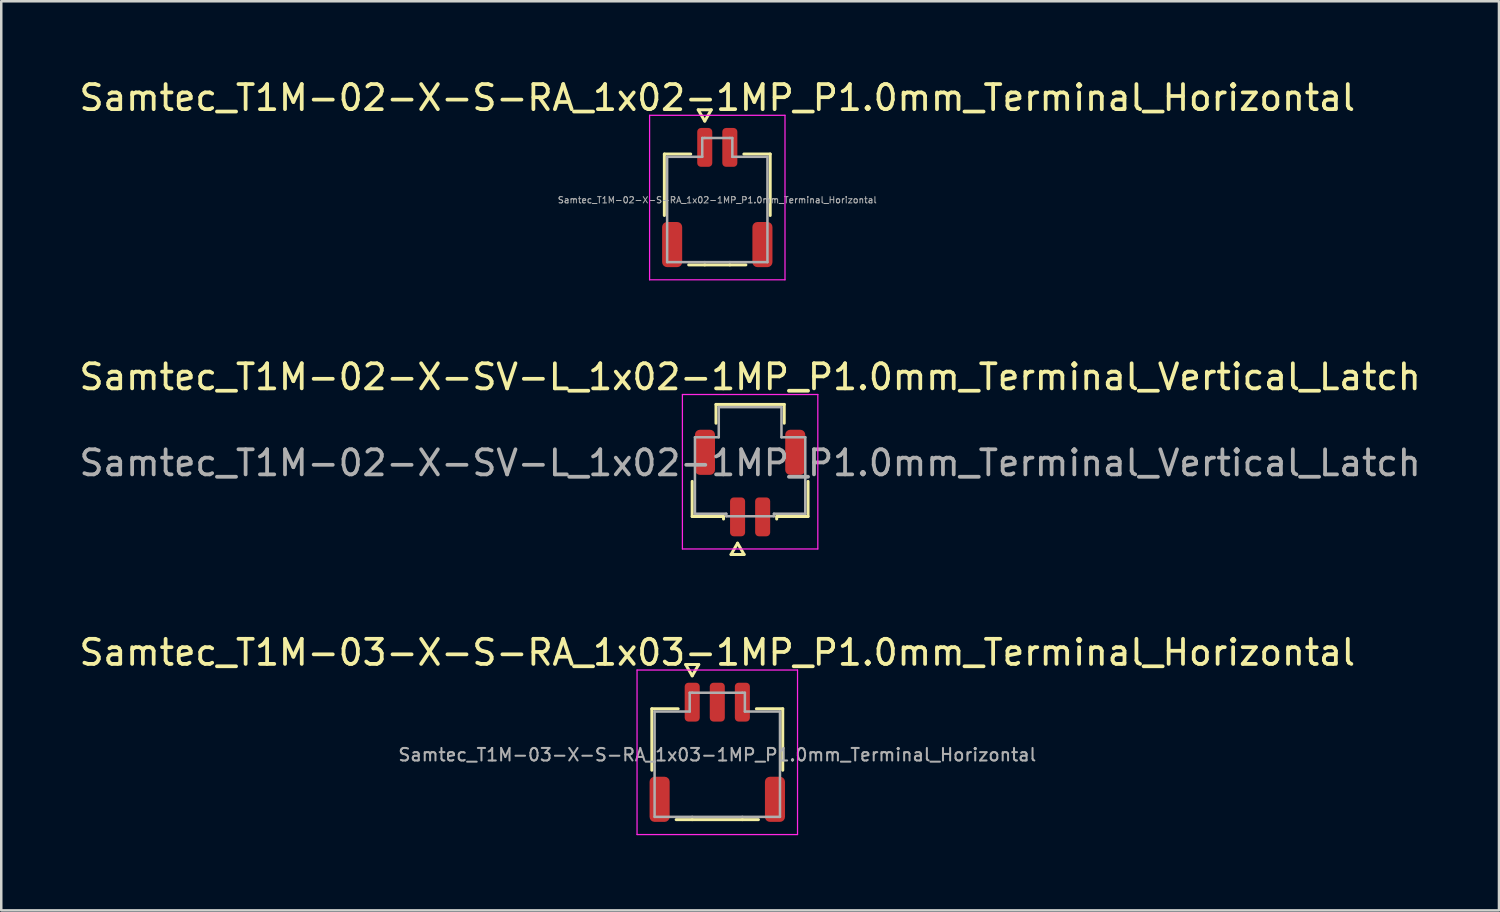
<source format=kicad_pcb>
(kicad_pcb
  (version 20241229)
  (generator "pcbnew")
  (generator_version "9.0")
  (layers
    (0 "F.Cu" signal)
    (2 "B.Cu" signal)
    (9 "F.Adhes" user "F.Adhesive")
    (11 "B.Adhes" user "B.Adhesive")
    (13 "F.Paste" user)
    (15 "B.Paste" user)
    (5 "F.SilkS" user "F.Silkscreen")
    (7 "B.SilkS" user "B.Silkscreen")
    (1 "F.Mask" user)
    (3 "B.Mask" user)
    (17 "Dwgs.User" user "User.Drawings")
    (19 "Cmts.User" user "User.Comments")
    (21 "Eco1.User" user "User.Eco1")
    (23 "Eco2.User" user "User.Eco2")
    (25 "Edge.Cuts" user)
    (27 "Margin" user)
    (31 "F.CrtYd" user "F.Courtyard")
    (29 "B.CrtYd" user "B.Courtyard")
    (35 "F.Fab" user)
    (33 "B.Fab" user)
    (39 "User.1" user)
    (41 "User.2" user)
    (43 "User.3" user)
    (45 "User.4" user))
  (footprint "Samtec_T1M-03-X-S-RA_1x03-1MP_P1.0mm_Terminal_Horizontal"
    (layer "F.Cu")
    (at 25.554 27.05)
    (property "Reference" "Samtec_T1M-03-X-S-RA_1x03-1MP_P1.0mm_Terminal_Horizontal" (at 0 -4.08 0) (layer "F.SilkS") (effects (font (size 1 1) (thickness 0.15))))
    (attr smd)
    (fp_line (start -2.61 -1.835) (end -1.56 -1.835) (stroke (width 0.12) (type solid)) (layer "F.SilkS"))
    (fp_line (start -2.61 0.615) (end -2.61 -1.835) (stroke (width 0.12) (type solid)) (layer "F.SilkS"))
    (fp_line (start -1.26 -3.6) (end -1 -3.15) (stroke (width 0.12) (type solid)) (layer "F.SilkS"))
    (fp_line (start -1 -3.15) (end -0.74 -3.6) (stroke (width 0.12) (type solid)) (layer "F.SilkS"))
    (fp_line (start -1 2.585) (end -1.64 2.585) (stroke (width 0.12) (type solid)) (layer "F.SilkS"))
    (fp_line (start -0.74 -3.6) (end -1.26 -3.6) (stroke (width 0.12) (type solid)) (layer "F.SilkS"))
    (fp_line (start 1 2.585) (end -1 2.585) (stroke (width 0.12) (type solid)) (layer "F.SilkS"))
    (fp_line (start 1.56 -1.835) (end 2.61 -1.835) (stroke (width 0.12) (type solid)) (layer "F.SilkS"))
    (fp_line (start 1.64 2.585) (end 1 2.585) (stroke (width 0.12) (type solid)) (layer "F.SilkS"))
    (fp_line (start 2.61 -1.835) (end 2.61 0.615) (stroke (width 0.12) (type solid)) (layer "F.SilkS"))
    (fp_line (start -3.2 -3.38) (end -3.2 3.18) (stroke (width 0.05) (type solid)) (layer "F.CrtYd"))
    (fp_line (start -3.2 3.18) (end 3.2 3.18) (stroke (width 0.05) (type solid)) (layer "F.CrtYd"))
    (fp_line (start 3.2 -3.38) (end -3.2 -3.38) (stroke (width 0.05) (type solid)) (layer "F.CrtYd"))
    (fp_line (start 3.2 3.18) (end 3.2 -3.38) (stroke (width 0.05) (type solid)) (layer "F.CrtYd"))
    (fp_line (start -2.5 -1.725) (end -1.1 -1.725) (stroke (width 0.1) (type solid)) (layer "F.Fab"))
    (fp_line (start -2.5 2.475) (end -2.5 -1.725) (stroke (width 0.1) (type solid)) (layer "F.Fab"))
    (fp_line (start -1.1 -2.475) (end -1 -2.475) (stroke (width 0.1) (type solid)) (layer "F.Fab"))
    (fp_line (start -1.1 -1.725) (end -1.1 -2.475) (stroke (width 0.1) (type solid)) (layer "F.Fab"))
    (fp_line (start -1 -2.475) (end 1 -2.475) (stroke (width 0.1) (type solid)) (layer "F.Fab"))
    (fp_line (start -1 2.475) (end -2.5 2.475) (stroke (width 0.1) (type solid)) (layer "F.Fab"))
    (fp_line (start 1 -2.475) (end 1.1 -2.475) (stroke (width 0.1) (type solid)) (layer "F.Fab"))
    (fp_line (start 1 2.475) (end -1 2.475) (stroke (width 0.1) (type solid)) (layer "F.Fab"))
    (fp_line (start 1.1 -2.475) (end 1.1 -1.725) (stroke (width 0.1) (type solid)) (layer "F.Fab"))
    (fp_line (start 1.1 -1.725) (end 2.5 -1.725) (stroke (width 0.1) (type solid)) (layer "F.Fab"))
    (fp_line (start 2.5 -1.725) (end 2.5 2.475) (stroke (width 0.1) (type solid)) (layer "F.Fab"))
    (fp_line (start 2.5 2.475) (end 1 2.475) (stroke (width 0.1) (type solid)) (layer "F.Fab"))
    (fp_text user "${REFERENCE}" (at 0 0 0) (layer "F.Fab") (effects (font (size 0.5 0.5) (thickness 0.08))))
    (pad "1" smd roundrect (at -1 -2.1) (size 0.6 1.55) (layers "F.Cu" "F.Mask" "F.Paste") (roundrect_rratio 0.25))
    (pad "2" smd roundrect (at 0 -2.1) (size 0.6 1.55) (layers "F.Cu" "F.Mask" "F.Paste") (roundrect_rratio 0.25))
    (pad "3" smd roundrect (at 1 -2.1) (size 0.6 1.55) (layers "F.Cu" "F.Mask" "F.Paste") (roundrect_rratio 0.25))
    (pad "MP" smd roundrect (at -2.3 1.775) (size 0.8 1.8) (layers "F.Cu" "F.Mask" "F.Paste") (roundrect_rratio 0.25))
    (pad "MP" smd roundrect (at 2.3 1.775) (size 0.8 1.8) (layers "F.Cu" "F.Mask" "F.Paste") (roundrect_rratio 0.25)))
  (footprint "Samtec_T1M-02-X-SV-L_1x02-1MP_P1.0mm_Terminal_Vertical_Latch"
    (layer "F.Cu")
    (at 26.863 15.412)
    (property "Reference" "Samtec_T1M-02-X-SV-L_1x02-1MP_P1.0mm_Terminal_Vertical_Latch" (at 0 -3.43 0) (layer "F.SilkS") (effects (font (size 1 1) (thickness 0.15))))
    (attr smd)
    (fp_line (start -2.31 2.135) (end -2.31 0.735) (stroke (width 0.12) (type solid)) (layer "F.SilkS"))
    (fp_line (start -1.36 -2.335) (end 1.36 -2.335) (stroke (width 0.12) (type solid)) (layer "F.SilkS"))
    (fp_line (start -1.36 -1.585) (end -1.36 -2.335) (stroke (width 0.12) (type solid)) (layer "F.SilkS"))
    (fp_line (start -1.06 2.135) (end -2.31 2.135) (stroke (width 0.12) (type solid)) (layer "F.SilkS"))
    (fp_line (start -1.06 2.235) (end -1.06 2.135) (stroke (width 0.12) (type solid)) (layer "F.SilkS"))
    (fp_line (start -0.76 3.65) (end -0.5 3.2) (stroke (width 0.12) (type solid)) (layer "F.SilkS"))
    (fp_line (start -0.5 3.2) (end -0.24 3.65) (stroke (width 0.12) (type solid)) (layer "F.SilkS"))
    (fp_line (start -0.24 3.65) (end -0.76 3.65) (stroke (width 0.12) (type solid)) (layer "F.SilkS"))
    (fp_line (start 1.06 2.135) (end 1.06 2.235) (stroke (width 0.12) (type solid)) (layer "F.SilkS"))
    (fp_line (start 1.36 -2.335) (end 1.36 -1.585) (stroke (width 0.12) (type solid)) (layer "F.SilkS"))
    (fp_line (start 2.31 0.735) (end 2.31 2.135) (stroke (width 0.12) (type solid)) (layer "F.SilkS"))
    (fp_line (start 2.31 2.135) (end 1.06 2.135) (stroke (width 0.12) (type solid)) (layer "F.SilkS"))
    (fp_line (start -2.7 -2.73) (end -2.7 3.43) (stroke (width 0.05) (type solid)) (layer "F.CrtYd"))
    (fp_line (start -2.7 3.43) (end 2.7 3.43) (stroke (width 0.05) (type solid)) (layer "F.CrtYd"))
    (fp_line (start 2.7 -2.73) (end -2.7 -2.73) (stroke (width 0.05) (type solid)) (layer "F.CrtYd"))
    (fp_line (start 2.7 3.43) (end 2.7 -2.73) (stroke (width 0.05) (type solid)) (layer "F.CrtYd"))
    (fp_line (start -2.2 -1.025) (end -1.25 -1.025) (stroke (width 0.1) (type solid)) (layer "F.Fab"))
    (fp_line (start -2.2 2.025) (end -2.2 -1.025) (stroke (width 0.1) (type solid)) (layer "F.Fab"))
    (fp_line (start -1.25 -2.225) (end 1.25 -2.225) (stroke (width 0.1) (type solid)) (layer "F.Fab"))
    (fp_line (start -1.25 -1.025) (end -1.25 -2.225) (stroke (width 0.1) (type solid)) (layer "F.Fab"))
    (fp_line (start -0.95 2.025) (end -2.2 2.025) (stroke (width 0.1) (type solid)) (layer "F.Fab"))
    (fp_line (start -0.95 2.125) (end -0.95 2.025) (stroke (width 0.1) (type solid)) (layer "F.Fab"))
    (fp_line (start 0.95 2.025) (end 0.95 2.125) (stroke (width 0.1) (type solid)) (layer "F.Fab"))
    (fp_line (start 0.95 2.125) (end -0.95 2.125) (stroke (width 0.1) (type solid)) (layer "F.Fab"))
    (fp_line (start 1.25 -2.225) (end 1.25 -1.025) (stroke (width 0.1) (type solid)) (layer "F.Fab"))
    (fp_line (start 1.25 -1.025) (end 2.2 -1.025) (stroke (width 0.1) (type solid)) (layer "F.Fab"))
    (fp_line (start 2.2 -1.025) (end 2.2 2.025) (stroke (width 0.1) (type solid)) (layer "F.Fab"))
    (fp_line (start 2.2 2.025) (end 0.95 2.025) (stroke (width 0.1) (type solid)) (layer "F.Fab"))
    (fp_text user "${REFERENCE}" (at 0 0 0) (layer "F.Fab") (effects (font (size 1 1) (thickness 0.15))))
    (pad "1" smd roundrect (at -0.5 2.15) (size 0.6 1.55) (layers "F.Cu" "F.Mask" "F.Paste") (roundrect_rratio 0.25))
    (pad "2" smd roundrect (at 0.5 2.15) (size 0.6 1.55) (layers "F.Cu" "F.Mask" "F.Paste") (roundrect_rratio 0.25))
    (pad "MP" smd roundrect (at -1.8 -0.425) (size 0.8 1.8) (layers "F.Cu" "F.Mask" "F.Paste") (roundrect_rratio 0.25))
    (pad "MP" smd roundrect (at 1.8 -0.425) (size 0.8 1.8) (layers "F.Cu" "F.Mask" "F.Paste") (roundrect_rratio 0.25)))
  (footprint "Samtec_T1M-02-X-S-RA_1x02-1MP_P1.0mm_Terminal_Horizontal"
    (layer "F.Cu")
    (at 25.554 4.928)
    (property "Reference" "Samtec_T1M-02-X-S-RA_1x02-1MP_P1.0mm_Terminal_Horizontal" (at 0 -4.08 0) (layer "F.SilkS") (effects (font (size 1 1) (thickness 0.15))))
    (attr smd)
    (fp_line (start -2.11 -1.835) (end -1.06 -1.835) (stroke (width 0.12) (type solid)) (layer "F.SilkS"))
    (fp_line (start -2.11 0.615) (end -2.11 -1.835) (stroke (width 0.12) (type solid)) (layer "F.SilkS"))
    (fp_line (start -0.76 -3.6) (end -0.5 -3.15) (stroke (width 0.12) (type solid)) (layer "F.SilkS"))
    (fp_line (start -0.5 -3.15) (end -0.24 -3.6) (stroke (width 0.12) (type solid)) (layer "F.SilkS"))
    (fp_line (start -0.5 2.585) (end -1.14 2.585) (stroke (width 0.12) (type solid)) (layer "F.SilkS"))
    (fp_line (start -0.24 -3.6) (end -0.76 -3.6) (stroke (width 0.12) (type solid)) (layer "F.SilkS"))
    (fp_line (start 0.5 2.585) (end -0.5 2.585) (stroke (width 0.12) (type solid)) (layer "F.SilkS"))
    (fp_line (start 1.06 -1.835) (end 2.11 -1.835) (stroke (width 0.12) (type solid)) (layer "F.SilkS"))
    (fp_line (start 1.14 2.585) (end 0.5 2.585) (stroke (width 0.12) (type solid)) (layer "F.SilkS"))
    (fp_line (start 2.11 -1.835) (end 2.11 0.615) (stroke (width 0.12) (type solid)) (layer "F.SilkS"))
    (fp_line (start -2.7 -3.38) (end -2.7 3.18) (stroke (width 0.05) (type solid)) (layer "F.CrtYd"))
    (fp_line (start -2.7 3.18) (end 2.7 3.18) (stroke (width 0.05) (type solid)) (layer "F.CrtYd"))
    (fp_line (start 2.7 -3.38) (end -2.7 -3.38) (stroke (width 0.05) (type solid)) (layer "F.CrtYd"))
    (fp_line (start 2.7 3.18) (end 2.7 -3.38) (stroke (width 0.05) (type solid)) (layer "F.CrtYd"))
    (fp_line (start -2 -1.725) (end -0.6 -1.725) (stroke (width 0.1) (type solid)) (layer "F.Fab"))
    (fp_line (start -2 2.475) (end -2 -1.725) (stroke (width 0.1) (type solid)) (layer "F.Fab"))
    (fp_line (start -0.6 -2.475) (end -0.5 -2.475) (stroke (width 0.1) (type solid)) (layer "F.Fab"))
    (fp_line (start -0.6 -1.725) (end -0.6 -2.475) (stroke (width 0.1) (type solid)) (layer "F.Fab"))
    (fp_line (start -0.5 -2.475) (end 0.5 -2.475) (stroke (width 0.1) (type solid)) (layer "F.Fab"))
    (fp_line (start -0.5 2.475) (end -2 2.475) (stroke (width 0.1) (type solid)) (layer "F.Fab"))
    (fp_line (start 0.5 -2.475) (end 0.6 -2.475) (stroke (width 0.1) (type solid)) (layer "F.Fab"))
    (fp_line (start 0.5 2.475) (end -0.5 2.475) (stroke (width 0.1) (type solid)) (layer "F.Fab"))
    (fp_line (start 0.6 -2.475) (end 0.6 -1.725) (stroke (width 0.1) (type solid)) (layer "F.Fab"))
    (fp_line (start 0.6 -1.725) (end 2 -1.725) (stroke (width 0.1) (type solid)) (layer "F.Fab"))
    (fp_line (start 2 -1.725) (end 2 2.475) (stroke (width 0.1) (type solid)) (layer "F.Fab"))
    (fp_line (start 2 2.475) (end 0.5 2.475) (stroke (width 0.1) (type solid)) (layer "F.Fab"))
    (fp_text user "${REFERENCE}" (at 0 0 0) (layer "F.Fab") (effects (font (size 0.25 0.25) (thickness 0.04))))
    (pad "1" smd roundrect (at -0.5 -2.1) (size 0.6 1.55) (layers "F.Cu" "F.Mask" "F.Paste") (roundrect_rratio 0.25))
    (pad "2" smd roundrect (at 0.5 -2.1) (size 0.6 1.55) (layers "F.Cu" "F.Mask" "F.Paste") (roundrect_rratio 0.25))
    (pad "MP" smd roundrect (at -1.8 1.775) (size 0.8 1.8) (layers "F.Cu" "F.Mask" "F.Paste") (roundrect_rratio 0.25))
    (pad "MP" smd roundrect (at 1.8 1.775) (size 0.8 1.8) (layers "F.Cu" "F.Mask" "F.Paste") (roundrect_rratio 0.25)))
  (gr_rect
    (start -3 -3)
    (end 56.726 33.255)
    (stroke (width 0.1) (type default))
    (fill no)
    (layer "Edge.Cuts")))
</source>
